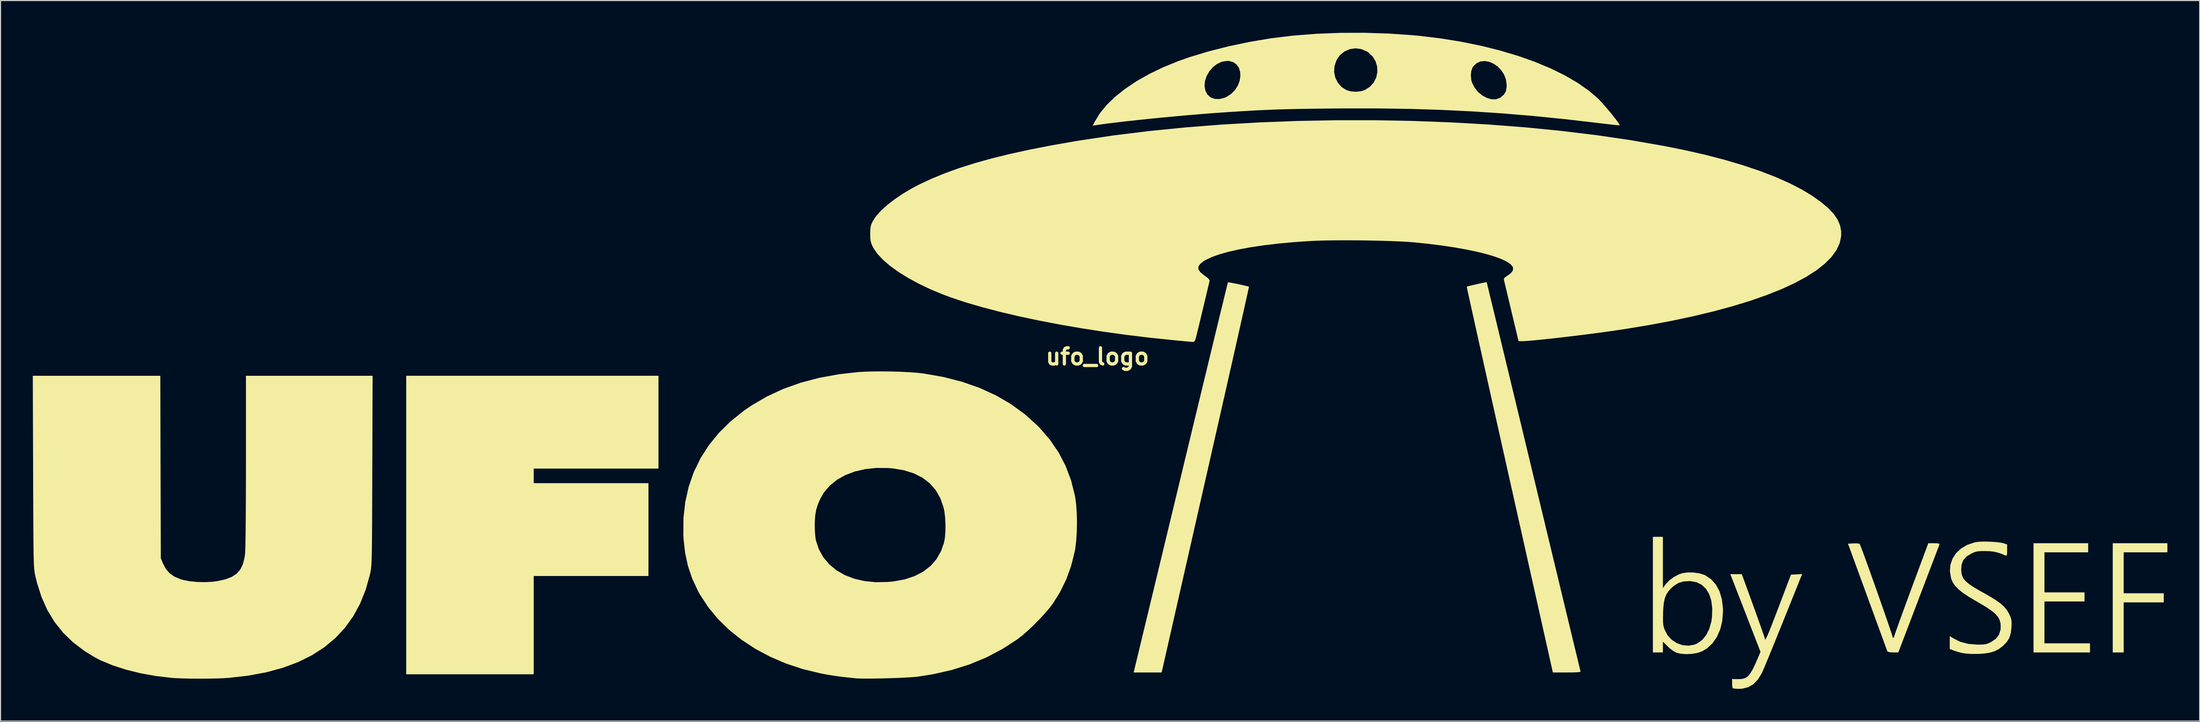
<source format=kicad_pcb>
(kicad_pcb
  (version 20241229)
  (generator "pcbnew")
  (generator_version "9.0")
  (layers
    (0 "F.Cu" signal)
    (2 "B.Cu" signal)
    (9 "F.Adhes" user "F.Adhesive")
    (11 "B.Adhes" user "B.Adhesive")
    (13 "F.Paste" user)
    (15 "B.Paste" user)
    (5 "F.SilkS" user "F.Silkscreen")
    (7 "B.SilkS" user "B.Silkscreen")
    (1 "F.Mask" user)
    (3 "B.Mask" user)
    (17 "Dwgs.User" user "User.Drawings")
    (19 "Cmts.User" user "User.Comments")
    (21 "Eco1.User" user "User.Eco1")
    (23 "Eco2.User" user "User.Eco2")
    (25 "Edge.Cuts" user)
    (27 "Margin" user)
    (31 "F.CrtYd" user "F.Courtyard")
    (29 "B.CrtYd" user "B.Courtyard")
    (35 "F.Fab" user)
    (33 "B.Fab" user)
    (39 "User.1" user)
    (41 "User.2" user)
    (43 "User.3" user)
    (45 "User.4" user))
  (footprint "ufo_logo"
    (layer "F.Cu")
    (at 98.981 30.13)
    (property "Reference" "ufo_logo" (at 0 0 0) (layer "F.SilkS") (effects (font (size 1.5 1.5) (thickness 0.3))))
    (attr board_only exclude_from_pos_files exclude_from_bom)
    (fp_poly (pts (xy -40.809 6.096) (xy -40.809 10.414) (xy -46.609 10.414) (xy -52.409 10.414) (xy -52.409 11.091) (xy -52.409 11.769) (xy -47.075 11.769) (xy -41.741 11.769) (xy -41.741 16.087) (xy -41.741 20.405) (xy -47.075 20.405) (xy -52.409 20.405) (xy -52.409 24.977) (xy -52.409 29.549) (xy -58.335 29.549) (xy -64.262 29.549) (xy -64.262 15.663) (xy -64.262 1.778) (xy -52.536 1.778) (xy -40.809 1.778)) (stroke (width 0) (type solid)) (fill yes) (layer "F.SilkS"))
    (fp_poly (pts (xy 99.483 17.78) (xy 99.483 18.203) (xy 97.451 18.203) (xy 95.419 18.203) (xy 95.419 20.108) (xy 95.419 22.013) (xy 97.282 22.013) (xy 99.145 22.013) (xy 99.145 22.437) (xy 99.145 22.86) (xy 97.282 22.86) (xy 95.419 22.86) (xy 95.419 25.188) (xy 95.419 27.517) (xy 94.911 27.517) (xy 94.403 27.517) (xy 94.403 22.437) (xy 94.403 17.357) (xy 96.943 17.357) (xy 99.483 17.357)) (stroke (width 0) (type solid)) (fill yes) (layer "F.SilkS"))
    (fp_poly (pts (xy 92.117 17.78) (xy 92.117 18.203) (xy 90.085 18.203) (xy 88.053 18.203) (xy 88.053 20.066) (xy 88.053 21.929) (xy 89.916 21.929) (xy 91.779 21.929) (xy 91.779 22.352) (xy 91.779 22.775) (xy 89.916 22.775) (xy 88.053 22.775) (xy 88.053 24.723) (xy 88.053 26.67) (xy 90.17 26.67) (xy 92.287 26.67) (xy 92.287 27.093) (xy 92.287 27.517) (xy 89.662 27.517) (xy 87.037 27.517) (xy 87.037 22.437) (xy 87.037 17.357) (xy 89.577 17.357) (xy 92.117 17.357)) (stroke (width 0) (type solid)) (fill yes) (layer "F.SilkS"))
    (fp_poly (pts (xy 63.762 24.613) (xy 63.427 25.444) (xy 63.105 26.24) (xy 62.802 26.984) (xy 62.525 27.661) (xy 62.281 28.254) (xy 62.076 28.747) (xy 61.916 29.125) (xy 61.809 29.37) (xy 61.774 29.446) (xy 61.409 30.037) (xy 60.99 30.471) (xy 60.509 30.753) (xy 59.958 30.888) (xy 59.677 30.903) (xy 59.386 30.895) (xy 59.166 30.874) (xy 59.069 30.847) (xy 59.036 30.735) (xy 59.015 30.517) (xy 59.013 30.389) (xy 59.013 29.988) (xy 59.556 30.001) (xy 59.901 29.988) (xy 60.187 29.919) (xy 60.433 29.774) (xy 60.657 29.535) (xy 60.879 29.183) (xy 61.117 28.701) (xy 61.295 28.297) (xy 61.652 27.461) (xy 60.419 24.28) (xy 60.143 23.568) (xy 59.88 22.889) (xy 59.637 22.264) (xy 59.423 21.713) (xy 59.245 21.255) (xy 59.111 20.91) (xy 59.028 20.698) (xy 59.016 20.667) (xy 58.846 20.235) (xy 59.381 20.235) (xy 59.915 20.235) (xy 60.988 23.189) (xy 61.231 23.861) (xy 61.455 24.485) (xy 61.653 25.042) (xy 61.82 25.514) (xy 61.947 25.882) (xy 62.029 26.129) (xy 62.061 26.236) (xy 62.061 26.237) (xy 62.071 26.314) (xy 62.106 26.311) (xy 62.168 26.217) (xy 62.263 26.023) (xy 62.395 25.718) (xy 62.568 25.292) (xy 62.787 24.737) (xy 63.055 24.04) (xy 63.337 23.302) (xy 64.486 20.278) (xy 65.004 20.253) (xy 65.523 20.227)) (stroke (width 0) (type solid)) (fill yes) (layer "F.SilkS"))
    (fp_poly (pts (xy 12.225 -6.91) (xy 12.437 -6.875) (xy 12.734 -6.818) (xy 13.076 -6.748) (xy 13.422 -6.674) (xy 13.732 -6.604) (xy 13.967 -6.546) (xy 14.086 -6.51) (xy 14.093 -6.505) (xy 14.077 -6.421) (xy 14.025 -6.18) (xy 13.938 -5.788) (xy 13.82 -5.254) (xy 13.67 -4.584) (xy 13.492 -3.788) (xy 13.286 -2.871) (xy 13.054 -1.841) (xy 12.799 -0.707) (xy 12.521 0.525) (xy 12.222 1.847) (xy 11.905 3.251) (xy 11.57 4.73) (xy 11.219 6.277) (xy 10.855 7.883) (xy 10.479 9.542) (xy 10.092 11.246) (xy 10.046 11.451) (xy 5.974 29.379) (xy 4.671 29.379) (xy 3.368 29.379) (xy 3.427 29.146) (xy 3.452 29.043) (xy 3.515 28.782) (xy 3.614 28.373) (xy 3.748 27.821) (xy 3.913 27.135) (xy 4.109 26.322) (xy 4.333 25.391) (xy 4.585 24.348) (xy 4.861 23.201) (xy 5.161 21.958) (xy 5.482 20.626) (xy 5.822 19.214) (xy 6.18 17.728) (xy 6.554 16.176) (xy 6.942 14.566) (xy 7.342 12.905) (xy 7.752 11.202) (xy 7.797 11.013) (xy 8.208 9.308) (xy 8.608 7.647) (xy 8.996 6.038) (xy 9.371 4.487) (xy 9.729 3.002) (xy 10.07 1.592) (xy 10.391 0.262) (xy 10.691 -0.978) (xy 10.968 -2.123) (xy 11.22 -3.164) (xy 11.446 -4.093) (xy 11.643 -4.904) (xy 11.809 -5.588) (xy 11.944 -6.139) (xy 12.045 -6.549) (xy 12.11 -6.81) (xy 12.137 -6.915) (xy 12.138 -6.916)) (stroke (width 0) (type solid)) (fill yes) (layer "F.SilkS"))
    (fp_poly (pts (xy 78.101 17.366) (xy 78.262 17.398) (xy 78.297 17.457) (xy 78.295 17.462) (xy 78.258 17.558) (xy 78.167 17.799) (xy 78.026 18.17) (xy 77.84 18.658) (xy 77.615 19.249) (xy 77.356 19.93) (xy 77.067 20.687) (xy 76.756 21.506) (xy 76.425 22.373) (xy 76.361 22.543) (xy 74.467 27.517) (xy 73.976 27.517) (xy 73.654 27.498) (xy 73.475 27.444) (xy 73.446 27.411) (xy 73.411 27.315) (xy 73.322 27.073) (xy 73.186 26.7) (xy 73.007 26.21) (xy 72.79 25.616) (xy 72.54 24.933) (xy 72.263 24.174) (xy 71.963 23.353) (xy 71.645 22.484) (xy 71.597 22.352) (xy 69.787 17.399) (xy 70.297 17.373) (xy 70.579 17.37) (xy 70.79 17.388) (xy 70.873 17.416) (xy 70.916 17.51) (xy 71.008 17.746) (xy 71.143 18.106) (xy 71.314 18.571) (xy 71.515 19.124) (xy 71.739 19.746) (xy 71.98 20.419) (xy 72.232 21.125) (xy 72.487 21.846) (xy 72.74 22.564) (xy 72.984 23.26) (xy 73.213 23.917) (xy 73.421 24.516) (xy 73.6 25.039) (xy 73.745 25.467) (xy 73.849 25.784) (xy 73.905 25.971) (xy 73.914 26.011) (xy 73.953 26.138) (xy 73.999 26.162) (xy 74.073 26.093) (xy 74.083 26.032) (xy 74.112 25.929) (xy 74.195 25.684) (xy 74.326 25.31) (xy 74.499 24.822) (xy 74.711 24.236) (xy 74.955 23.567) (xy 75.225 22.829) (xy 75.516 22.038) (xy 75.668 21.629) (xy 77.253 17.357) (xy 77.794 17.357)) (stroke (width 0) (type solid)) (fill yes) (layer "F.SilkS"))
    (fp_poly (pts (xy 52.578 19.147) (xy 52.578 21.531) (xy 52.832 21.18) (xy 53.162 20.826) (xy 53.596 20.501) (xy 54.068 20.251) (xy 54.38 20.145) (xy 54.872 20.075) (xy 55.42 20.081) (xy 55.957 20.156) (xy 56.417 20.294) (xy 56.52 20.342) (xy 57.069 20.715) (xy 57.511 21.214) (xy 57.842 21.833) (xy 58.059 22.563) (xy 58.158 23.397) (xy 58.165 23.697) (xy 58.099 24.568) (xy 57.91 25.361) (xy 57.605 26.063) (xy 57.193 26.66) (xy 56.679 27.137) (xy 56.234 27.407) (xy 55.79 27.561) (xy 55.256 27.652) (xy 54.696 27.675) (xy 54.175 27.628) (xy 53.85 27.544) (xy 53.555 27.389) (xy 53.222 27.14) (xy 53.025 26.959) (xy 52.578 26.512) (xy 52.578 27.014) (xy 52.578 27.517) (xy 52.112 27.517) (xy 51.647 27.517) (xy 51.647 24.312) (xy 52.585 24.312) (xy 52.589 24.662) (xy 52.611 24.927) (xy 52.655 25.147) (xy 52.725 25.364) (xy 52.739 25.403) (xy 53.015 25.922) (xy 53.4 26.341) (xy 53.867 26.65) (xy 54.387 26.837) (xy 54.935 26.89) (xy 55.481 26.799) (xy 55.793 26.671) (xy 56.234 26.354) (xy 56.603 25.899) (xy 56.889 25.328) (xy 57.079 24.661) (xy 57.142 24.226) (xy 57.166 23.418) (xy 57.078 22.705) (xy 56.883 22.096) (xy 56.585 21.601) (xy 56.192 21.228) (xy 55.709 20.985) (xy 55.14 20.882) (xy 55.033 20.879) (xy 54.485 20.916) (xy 54.036 21.047) (xy 53.632 21.294) (xy 53.417 21.478) (xy 53.122 21.788) (xy 52.906 22.107) (xy 52.757 22.47) (xy 52.662 22.912) (xy 52.61 23.468) (xy 52.595 23.834) (xy 52.585 24.312) (xy 51.647 24.312) (xy 51.647 22.14) (xy 51.647 16.764) (xy 52.112 16.764) (xy 52.578 16.764)) (stroke (width 0) (type solid)) (fill yes) (layer "F.SilkS"))
    (fp_poly (pts (xy 36.193 -6.925) (xy 36.215 -6.842) (xy 36.274 -6.601) (xy 36.369 -6.211) (xy 36.498 -5.678) (xy 36.66 -5.011) (xy 36.852 -4.216) (xy 37.073 -3.301) (xy 37.321 -2.274) (xy 37.594 -1.142) (xy 37.89 0.088) (xy 38.208 1.407) (xy 38.546 2.81) (xy 38.902 4.287) (xy 39.274 5.832) (xy 39.66 7.437) (xy 40.059 9.095) (xy 40.468 10.798) (xy 40.549 11.134) (xy 40.96 12.846) (xy 41.362 14.515) (xy 41.751 16.134) (xy 42.126 17.694) (xy 42.486 19.189) (xy 42.828 20.61) (xy 43.151 21.951) (xy 43.452 23.203) (xy 43.731 24.36) (xy 43.985 25.414) (xy 44.212 26.357) (xy 44.411 27.181) (xy 44.58 27.88) (xy 44.717 28.446) (xy 44.82 28.871) (xy 44.887 29.148) (xy 44.917 29.269) (xy 44.918 29.273) (xy 44.893 29.316) (xy 44.775 29.346) (xy 44.543 29.365) (xy 44.18 29.376) (xy 43.668 29.379) (xy 43.649 29.379) (xy 42.345 29.379) (xy 42.247 28.935) (xy 42.219 28.81) (xy 42.156 28.528) (xy 42.059 28.096) (xy 41.931 27.523) (xy 41.772 26.816) (xy 41.586 25.982) (xy 41.373 25.031) (xy 41.136 23.97) (xy 40.875 22.806) (xy 40.594 21.548) (xy 40.293 20.203) (xy 39.974 18.78) (xy 39.64 17.285) (xy 39.291 15.728) (xy 38.93 14.116) (xy 38.559 12.456) (xy 38.234 11.007) (xy 37.857 9.319) (xy 37.489 7.676) (xy 37.134 6.084) (xy 36.791 4.552) (xy 36.464 3.086) (xy 36.154 1.695) (xy 35.862 0.387) (xy 35.591 -0.832) (xy 35.342 -1.954) (xy 35.116 -2.97) (xy 34.916 -3.874) (xy 34.742 -4.657) (xy 34.598 -5.313) (xy 34.483 -5.833) (xy 34.401 -6.21) (xy 34.353 -6.436) (xy 34.34 -6.505) (xy 34.426 -6.535) (xy 34.635 -6.591) (xy 34.926 -6.662) (xy 35.259 -6.739) (xy 35.593 -6.813) (xy 35.887 -6.876) (xy 36.101 -6.916) (xy 36.193 -6.926)) (stroke (width 0) (type solid)) (fill yes) (layer "F.SilkS"))
    (fp_poly (pts (xy 82.86 17.209) (xy 83.349 17.234) (xy 83.795 17.276) (xy 84.147 17.334) (xy 84.264 17.365) (xy 84.582 17.47) (xy 84.582 18.015) (xy 84.577 18.307) (xy 84.557 18.463) (xy 84.51 18.514) (xy 84.434 18.496) (xy 83.918 18.291) (xy 83.468 18.165) (xy 83.011 18.101) (xy 82.55 18.084) (xy 82.15 18.087) (xy 81.862 18.108) (xy 81.631 18.16) (xy 81.398 18.25) (xy 81.254 18.318) (xy 80.807 18.595) (xy 80.511 18.925) (xy 80.352 19.33) (xy 80.312 19.779) (xy 80.335 20.111) (xy 80.404 20.399) (xy 80.536 20.659) (xy 80.749 20.909) (xy 81.058 21.166) (xy 81.48 21.449) (xy 82.031 21.774) (xy 82.381 21.969) (xy 83.045 22.346) (xy 83.573 22.677) (xy 83.987 22.978) (xy 84.306 23.268) (xy 84.552 23.563) (xy 84.745 23.881) (xy 84.815 24.025) (xy 84.923 24.287) (xy 84.982 24.52) (xy 85.001 24.787) (xy 84.989 25.154) (xy 84.988 25.176) (xy 84.923 25.732) (xy 84.783 26.175) (xy 84.545 26.554) (xy 84.196 26.911) (xy 83.807 27.206) (xy 83.392 27.416) (xy 82.912 27.553) (xy 82.33 27.631) (xy 81.873 27.654) (xy 81.243 27.655) (xy 80.713 27.619) (xy 80.389 27.567) (xy 80.052 27.479) (xy 79.728 27.379) (xy 79.564 27.319) (xy 79.248 27.187) (xy 79.248 26.588) (xy 79.248 25.99) (xy 79.566 26.197) (xy 80.223 26.526) (xy 80.984 26.724) (xy 81.796 26.789) (xy 82.192 26.787) (xy 82.474 26.768) (xy 82.697 26.72) (xy 82.916 26.633) (xy 83.102 26.542) (xy 83.54 26.242) (xy 83.828 25.864) (xy 83.971 25.401) (xy 83.989 25.13) (xy 83.965 24.793) (xy 83.884 24.492) (xy 83.729 24.21) (xy 83.486 23.932) (xy 83.14 23.642) (xy 82.676 23.324) (xy 82.078 22.962) (xy 81.749 22.773) (xy 81.054 22.362) (xy 80.501 21.996) (xy 80.074 21.658) (xy 79.757 21.335) (xy 79.534 21.011) (xy 79.388 20.671) (xy 79.371 20.617) (xy 79.263 19.969) (xy 79.312 19.352) (xy 79.509 18.782) (xy 79.844 18.274) (xy 80.306 17.843) (xy 80.885 17.505) (xy 81.57 17.275) (xy 81.639 17.26) (xy 81.954 17.22) (xy 82.378 17.204)) (stroke (width 0) (type solid)) (fill yes) (layer "F.SilkS"))
    (fp_poly (pts (xy -87.103 10.266) (xy -87.08 18.754) (xy -86.895 19.203) (xy -86.623 19.731) (xy -86.275 20.143) (xy -85.827 20.458) (xy -85.252 20.699) (xy -84.957 20.785) (xy -84.391 20.894) (xy -83.723 20.959) (xy -83.016 20.977) (xy -82.331 20.946) (xy -81.821 20.882) (xy -81.082 20.716) (xy -80.492 20.492) (xy -80.034 20.194) (xy -79.693 19.808) (xy -79.452 19.318) (xy -79.296 18.708) (xy -79.244 18.347) (xy -79.233 18.16) (xy -79.221 17.815) (xy -79.211 17.327) (xy -79.201 16.708) (xy -79.192 15.97) (xy -79.184 15.126) (xy -79.177 14.189) (xy -79.172 13.172) (xy -79.168 12.087) (xy -79.165 10.946) (xy -79.164 9.764) (xy -79.164 9.716) (xy -79.163 1.778) (xy -73.276 1.778) (xy -67.388 1.778) (xy -67.417 10.604) (xy -67.421 12.019) (xy -67.426 13.275) (xy -67.43 14.382) (xy -67.434 15.351) (xy -67.439 16.194) (xy -67.445 16.919) (xy -67.451 17.538) (xy -67.459 18.061) (xy -67.468 18.498) (xy -67.478 18.861) (xy -67.49 19.16) (xy -67.505 19.404) (xy -67.522 19.605) (xy -67.541 19.774) (xy -67.563 19.919) (xy -67.588 20.053) (xy -67.617 20.186) (xy -67.637 20.278) (xy -68.03 21.681) (xy -68.548 22.973) (xy -69.191 24.154) (xy -69.961 25.225) (xy -70.857 26.186) (xy -71.882 27.038) (xy -73.034 27.781) (xy -74.315 28.415) (xy -75.726 28.942) (xy -77.266 29.362) (xy -78.938 29.674) (xy -80.741 29.88) (xy -80.805 29.885) (xy -81.366 29.919) (xy -82.045 29.942) (xy -82.801 29.955) (xy -83.589 29.958) (xy -84.368 29.95) (xy -85.095 29.933) (xy -85.727 29.905) (xy -86.106 29.878) (xy -87.565 29.706) (xy -88.977 29.451) (xy -90.315 29.119) (xy -91.553 28.719) (xy -92.663 28.256) (xy -92.884 28.148) (xy -93.203 27.975) (xy -93.598 27.743) (xy -94.004 27.489) (xy -94.202 27.36) (xy -95.254 26.564) (xy -96.174 25.67) (xy -96.965 24.674) (xy -97.631 23.57) (xy -98.174 22.353) (xy -98.599 21.017) (xy -98.745 20.413) (xy -98.773 20.28) (xy -98.798 20.147) (xy -98.821 20.004) (xy -98.84 19.841) (xy -98.858 19.647) (xy -98.873 19.413) (xy -98.885 19.126) (xy -98.897 18.778) (xy -98.906 18.358) (xy -98.914 17.855) (xy -98.921 17.258) (xy -98.927 16.558) (xy -98.932 15.744) (xy -98.937 14.806) (xy -98.941 13.733) (xy -98.946 12.514) (xy -98.951 11.14) (xy -98.952 10.689) (xy -98.981 1.778) (xy -93.054 1.778) (xy -87.126 1.778)) (stroke (width 0) (type solid)) (fill yes) (layer "F.SilkS"))
    (fp_poly (pts (xy -19.092 1.382) (xy -18.236 1.409) (xy -17.43 1.45) (xy -16.716 1.505) (xy -16.171 1.566) (xy -14.311 1.892) (xy -12.568 2.341) (xy -10.94 2.912) (xy -9.426 3.606) (xy -8.024 4.424) (xy -6.733 5.367) (xy -5.552 6.435) (xy -5.369 6.622) (xy -4.412 7.73) (xy -3.609 8.908) (xy -2.957 10.16) (xy -2.454 11.491) (xy -2.097 12.907) (xy -2.064 13.081) (xy -1.974 13.747) (xy -1.92 14.527) (xy -1.9 15.369) (xy -1.914 16.224) (xy -1.963 17.041) (xy -2.045 17.769) (xy -2.102 18.104) (xy -2.441 19.465) (xy -2.898 20.728) (xy -3.49 21.929) (xy -4.093 22.902) (xy -4.43 23.354) (xy -4.871 23.873) (xy -5.382 24.427) (xy -5.93 24.981) (xy -6.483 25.503) (xy -7.007 25.959) (xy -7.451 26.303) (xy -8.858 27.212) (xy -10.335 27.987) (xy -11.893 28.632) (xy -13.545 29.15) (xy -15.301 29.547) (xy -16.691 29.767) (xy -17.048 29.803) (xy -17.535 29.837) (xy -18.12 29.869) (xy -18.771 29.896) (xy -19.458 29.918) (xy -20.149 29.935) (xy -20.813 29.946) (xy -21.419 29.95) (xy -21.934 29.945) (xy -22.329 29.932) (xy -22.479 29.921) (xy -23.238 29.843) (xy -23.874 29.769) (xy -24.433 29.694) (xy -24.962 29.609) (xy -25.506 29.51) (xy -25.757 29.46) (xy -27.387 29.066) (xy -28.945 28.55) (xy -30.419 27.92) (xy -31.8 27.183) (xy -33.078 26.345) (xy -34.243 25.414) (xy -35.284 24.395) (xy -36.192 23.297) (xy -36.956 22.125) (xy -37.162 21.748) (xy -37.686 20.612) (xy -38.074 19.453) (xy -38.335 18.237) (xy -38.478 16.933) (xy -38.496 16.586) (xy -38.49 15.706) (xy -26.28 15.706) (xy -26.269 16.145) (xy -26.241 16.576) (xy -26.2 16.937) (xy -26.169 17.103) (xy -25.89 17.934) (xy -25.473 18.676) (xy -24.928 19.324) (xy -24.264 19.873) (xy -23.49 20.319) (xy -22.617 20.655) (xy -21.652 20.878) (xy -20.607 20.982) (xy -19.489 20.962) (xy -18.963 20.911) (xy -17.918 20.72) (xy -16.993 20.414) (xy -16.189 19.996) (xy -15.509 19.467) (xy -14.957 18.829) (xy -14.534 18.085) (xy -14.263 17.314) (xy -14.178 16.847) (xy -14.133 16.269) (xy -14.125 15.634) (xy -14.156 14.998) (xy -14.223 14.415) (xy -14.302 14.028) (xy -14.604 13.167) (xy -15.032 12.419) (xy -15.585 11.784) (xy -16.261 11.264) (xy -17.061 10.859) (xy -17.983 10.569) (xy -19.025 10.396) (xy -19.416 10.363) (xy -20.527 10.351) (xy -21.574 10.459) (xy -22.544 10.682) (xy -23.424 11.014) (xy -24.203 11.45) (xy -24.869 11.985) (xy -25.41 12.612) (xy -25.763 13.217) (xy -25.993 13.755) (xy -26.147 14.256) (xy -26.237 14.779) (xy -26.276 15.383) (xy -26.28 15.706) (xy -38.49 15.706) (xy -38.485 15.022) (xy -38.318 13.523) (xy -37.996 12.091) (xy -37.521 10.729) (xy -36.893 9.439) (xy -36.113 8.222) (xy -35.182 7.081) (xy -34.102 6.017) (xy -32.874 5.033) (xy -32.173 4.552) (xy -30.748 3.717) (xy -29.223 3.009) (xy -27.594 2.426) (xy -25.858 1.968) (xy -24.011 1.633) (xy -22.215 1.433) (xy -21.561 1.395) (xy -20.795 1.374) (xy -19.958 1.37)) (stroke (width 0) (type solid)) (fill yes) (layer "F.SilkS"))
    (fp_poly (pts (xy 27.087 -30.058) (xy 29.303 -29.905) (xy 29.972 -29.841) (xy 31.934 -29.604) (xy 33.84 -29.295) (xy 35.677 -28.92) (xy 37.435 -28.481) (xy 39.103 -27.983) (xy 40.67 -27.429) (xy 42.125 -26.823) (xy 43.456 -26.17) (xy 44.653 -25.472) (xy 45.704 -24.735) (xy 46.483 -24.072) (xy 46.71 -23.844) (xy 46.983 -23.547) (xy 47.282 -23.206) (xy 47.589 -22.844) (xy 47.883 -22.484) (xy 48.147 -22.149) (xy 48.361 -21.864) (xy 48.505 -21.651) (xy 48.562 -21.534) (xy 48.559 -21.522) (xy 48.471 -21.524) (xy 48.237 -21.545) (xy 47.881 -21.582) (xy 47.426 -21.633) (xy 46.895 -21.695) (xy 46.427 -21.752) (xy 43.437 -22.098) (xy 40.539 -22.389) (xy 37.698 -22.628) (xy 34.879 -22.816) (xy 32.046 -22.954) (xy 29.164 -23.046) (xy 26.198 -23.092) (xy 23.114 -23.095) (xy 22.183 -23.088) (xy 20.935 -23.075) (xy 19.831 -23.062) (xy 18.845 -23.046) (xy 17.951 -23.028) (xy 17.124 -23.006) (xy 16.339 -22.98) (xy 15.569 -22.948) (xy 14.789 -22.911) (xy 13.973 -22.865) (xy 13.096 -22.812) (xy 12.132 -22.75) (xy 11.811 -22.729) (xy 10.777 -22.656) (xy 9.667 -22.569) (xy 8.504 -22.472) (xy 7.313 -22.365) (xy 6.116 -22.253) (xy 4.938 -22.136) (xy 3.801 -22.018) (xy 2.729 -21.901) (xy 1.747 -21.787) (xy 0.876 -21.678) (xy 0.142 -21.577) (xy -0.112 -21.539) (xy -0.435 -21.488) (xy -0.25 -21.857) (xy 0.234 -22.649) (xy 0.877 -23.43) (xy 1.668 -24.192) (xy 2.598 -24.93) (xy 2.956 -25.169) (xy 9.961 -25.169) (xy 10.047 -24.725) (xy 10.226 -24.391) (xy 10.525 -24.122) (xy 10.911 -23.979) (xy 11.356 -23.965) (xy 11.828 -24.085) (xy 12.012 -24.167) (xy 12.453 -24.456) (xy 12.802 -24.814) (xy 13.058 -25.22) (xy 13.223 -25.651) (xy 13.294 -26.084) (xy 13.272 -26.489) (xy 22.011 -26.489) (xy 22.117 -25.959) (xy 22.356 -25.479) (xy 22.718 -25.077) (xy 23.156 -24.799) (xy 23.57 -24.678) (xy 24.053 -24.643) (xy 24.528 -24.695) (xy 24.85 -24.798) (xy 25.328 -25.101) (xy 25.685 -25.497) (xy 25.919 -25.957) (xy 25.967 -26.172) (xy 34.72 -26.172) (xy 34.76 -25.75) (xy 34.826 -25.511) (xy 35.064 -25.037) (xy 35.392 -24.629) (xy 35.781 -24.303) (xy 36.207 -24.07) (xy 36.642 -23.946) (xy 37.06 -23.944) (xy 37.436 -24.077) (xy 37.502 -24.121) (xy 37.808 -24.393) (xy 37.983 -24.704) (xy 38.051 -25.102) (xy 38.054 -25.258) (xy 37.988 -25.773) (xy 37.811 -26.241) (xy 37.546 -26.652) (xy 37.213 -26.994) (xy 36.832 -27.257) (xy 36.425 -27.43) (xy 36.012 -27.503) (xy 35.615 -27.463) (xy 35.254 -27.301) (xy 34.95 -27.005) (xy 34.882 -26.904) (xy 34.762 -26.579) (xy 34.72 -26.172) (xy 25.967 -26.172) (xy 26.029 -26.456) (xy 26.014 -26.966) (xy 25.871 -27.46) (xy 25.601 -27.911) (xy 25.201 -28.292) (xy 25.025 -28.407) (xy 24.503 -28.622) (xy 23.965 -28.685) (xy 23.439 -28.602) (xy 22.954 -28.383) (xy 22.54 -28.037) (xy 22.234 -27.587) (xy 22.047 -27.041) (xy 22.011 -26.489) (xy 13.272 -26.489) (xy 13.272 -26.497) (xy 13.156 -26.868) (xy 12.946 -27.175) (xy 12.641 -27.395) (xy 12.242 -27.506) (xy 12.066 -27.515) (xy 11.581 -27.439) (xy 11.132 -27.235) (xy 10.735 -26.927) (xy 10.404 -26.541) (xy 10.155 -26.102) (xy 10.002 -25.636) (xy 9.961 -25.169) (xy 2.956 -25.169) (xy 3.655 -25.635) (xy 4.829 -26.3) (xy 6.11 -26.919) (xy 7.488 -27.483) (xy 8.551 -27.859) (xy 10.324 -28.395) (xy 12.208 -28.874) (xy 14.153 -29.284) (xy 16.108 -29.613) (xy 16.214 -29.628) (xy 18.236 -29.872) (xy 20.372 -30.037) (xy 22.584 -30.123) (xy 24.835 -30.13)) (stroke (width 0) (type solid)) (fill yes) (layer "F.SilkS"))
    (fp_poly (pts (xy 25.801 -21.995) (xy 29.369 -21.927) (xy 32.91 -21.793) (xy 36.407 -21.593) (xy 39.844 -21.327) (xy 43.204 -20.995) (xy 46.469 -20.597) (xy 49.622 -20.134) (xy 52.648 -19.606) (xy 54.61 -19.213) (xy 56.51 -18.782) (xy 58.313 -18.313) (xy 60.009 -17.811) (xy 61.588 -17.279) (xy 63.038 -16.721) (xy 64.349 -16.14) (xy 65.512 -15.541) (xy 66.463 -14.963) (xy 67.279 -14.383) (xy 67.937 -13.83) (xy 68.446 -13.294) (xy 68.813 -12.763) (xy 69.045 -12.226) (xy 69.152 -11.674) (xy 69.151 -11.209) (xy 69.014 -10.553) (xy 68.711 -9.905) (xy 68.246 -9.267) (xy 67.622 -8.641) (xy 66.842 -8.027) (xy 65.911 -7.429) (xy 64.83 -6.846) (xy 63.605 -6.28) (xy 62.237 -5.734) (xy 60.731 -5.207) (xy 59.091 -4.703) (xy 57.318 -4.221) (xy 55.417 -3.765) (xy 53.392 -3.334) (xy 51.245 -2.932) (xy 48.981 -2.558) (xy 48.937 -2.551) (xy 48.189 -2.44) (xy 47.369 -2.324) (xy 46.499 -2.206) (xy 45.597 -2.088) (xy 44.685 -1.973) (xy 43.783 -1.864) (xy 42.91 -1.762) (xy 42.087 -1.67) (xy 41.334 -1.59) (xy 40.672 -1.525) (xy 40.12 -1.476) (xy 39.699 -1.447) (xy 39.465 -1.44) (xy 39.158 -1.441) (xy 38.487 -4.255) (xy 38.328 -4.924) (xy 38.18 -5.544) (xy 38.049 -6.094) (xy 37.939 -6.555) (xy 37.855 -6.906) (xy 37.803 -7.127) (xy 37.786 -7.197) (xy 37.838 -7.321) (xy 38.022 -7.472) (xy 38.097 -7.516) (xy 38.441 -7.761) (xy 38.627 -8.014) (xy 38.648 -8.267) (xy 38.621 -8.344) (xy 38.427 -8.59) (xy 38.073 -8.835) (xy 37.569 -9.078) (xy 36.924 -9.316) (xy 36.15 -9.547) (xy 35.254 -9.769) (xy 34.247 -9.978) (xy 33.138 -10.173) (xy 31.938 -10.351) (xy 30.656 -10.509) (xy 29.464 -10.631) (xy 28.836 -10.679) (xy 28.068 -10.721) (xy 27.19 -10.756) (xy 26.233 -10.785) (xy 25.225 -10.806) (xy 24.196 -10.82) (xy 23.176 -10.825) (xy 22.195 -10.822) (xy 21.282 -10.81) (xy 20.468 -10.788) (xy 19.83 -10.76) (xy 18.316 -10.658) (xy 16.885 -10.527) (xy 15.545 -10.369) (xy 14.308 -10.187) (xy 13.184 -9.982) (xy 12.184 -9.756) (xy 11.317 -9.511) (xy 10.594 -9.249) (xy 10.026 -8.973) (xy 9.851 -8.863) (xy 9.538 -8.607) (xy 9.385 -8.364) (xy 9.393 -8.122) (xy 9.561 -7.867) (xy 9.893 -7.588) (xy 9.992 -7.519) (xy 10.276 -7.305) (xy 10.413 -7.142) (xy 10.428 -7.053) (xy 10.401 -6.929) (xy 10.34 -6.664) (xy 10.25 -6.285) (xy 10.139 -5.817) (xy 10.012 -5.283) (xy 9.875 -4.709) (xy 9.733 -4.12) (xy 9.594 -3.541) (xy 9.463 -2.997) (xy 9.345 -2.512) (xy 9.247 -2.111) (xy 9.175 -1.821) (xy 9.138 -1.672) (xy 9.042 -1.439) (xy 8.917 -1.363) (xy 8.908 -1.364) (xy 8.781 -1.374) (xy 8.515 -1.398) (xy 8.137 -1.433) (xy 7.676 -1.477) (xy 7.161 -1.525) (xy 7.112 -1.53) (xy 4.914 -1.758) (xy 2.737 -2.022) (xy 0.594 -2.318) (xy -1.5 -2.643) (xy -3.533 -2.995) (xy -5.488 -3.371) (xy -7.354 -3.768) (xy -9.114 -4.183) (xy -10.756 -4.614) (xy -12.266 -5.058) (xy -13.629 -5.512) (xy -14.383 -5.793) (xy -15.537 -6.275) (xy -16.617 -6.791) (xy -17.61 -7.332) (xy -18.503 -7.888) (xy -19.284 -8.452) (xy -19.939 -9.015) (xy -20.456 -9.567) (xy -20.822 -10.1) (xy -20.875 -10.203) (xy -21.004 -10.488) (xy -21.079 -10.738) (xy -21.114 -11.018) (xy -21.123 -11.396) (xy -21.123 -11.43) (xy -21.115 -11.815) (xy -21.082 -12.094) (xy -21.013 -12.33) (xy -20.894 -12.588) (xy -20.879 -12.615) (xy -20.57 -13.082) (xy -20.118 -13.584) (xy -19.542 -14.107) (xy -18.859 -14.636) (xy -18.089 -15.157) (xy -17.25 -15.656) (xy -16.602 -15.998) (xy -15.441 -16.543) (xy -14.19 -17.058) (xy -12.841 -17.545) (xy -11.383 -18.006) (xy -9.806 -18.446) (xy -8.102 -18.865) (xy -6.259 -19.268) (xy -4.269 -19.656) (xy -2.121 -20.033) (xy -1.68 -20.106) (xy 1.494 -20.58) (xy 4.776 -20.986) (xy 8.15 -21.324) (xy 11.598 -21.594) (xy 15.105 -21.795) (xy 18.652 -21.929) (xy 22.223 -21.995)) (stroke (width 0) (type solid)) (fill yes) (layer "F.SilkS")))
  (gr_rect
    (start -3 -3)
    (end 201.465 64.034)
    (stroke (width 0.1) (type default))
    (fill no)
    (layer "Edge.Cuts")))
</source>
